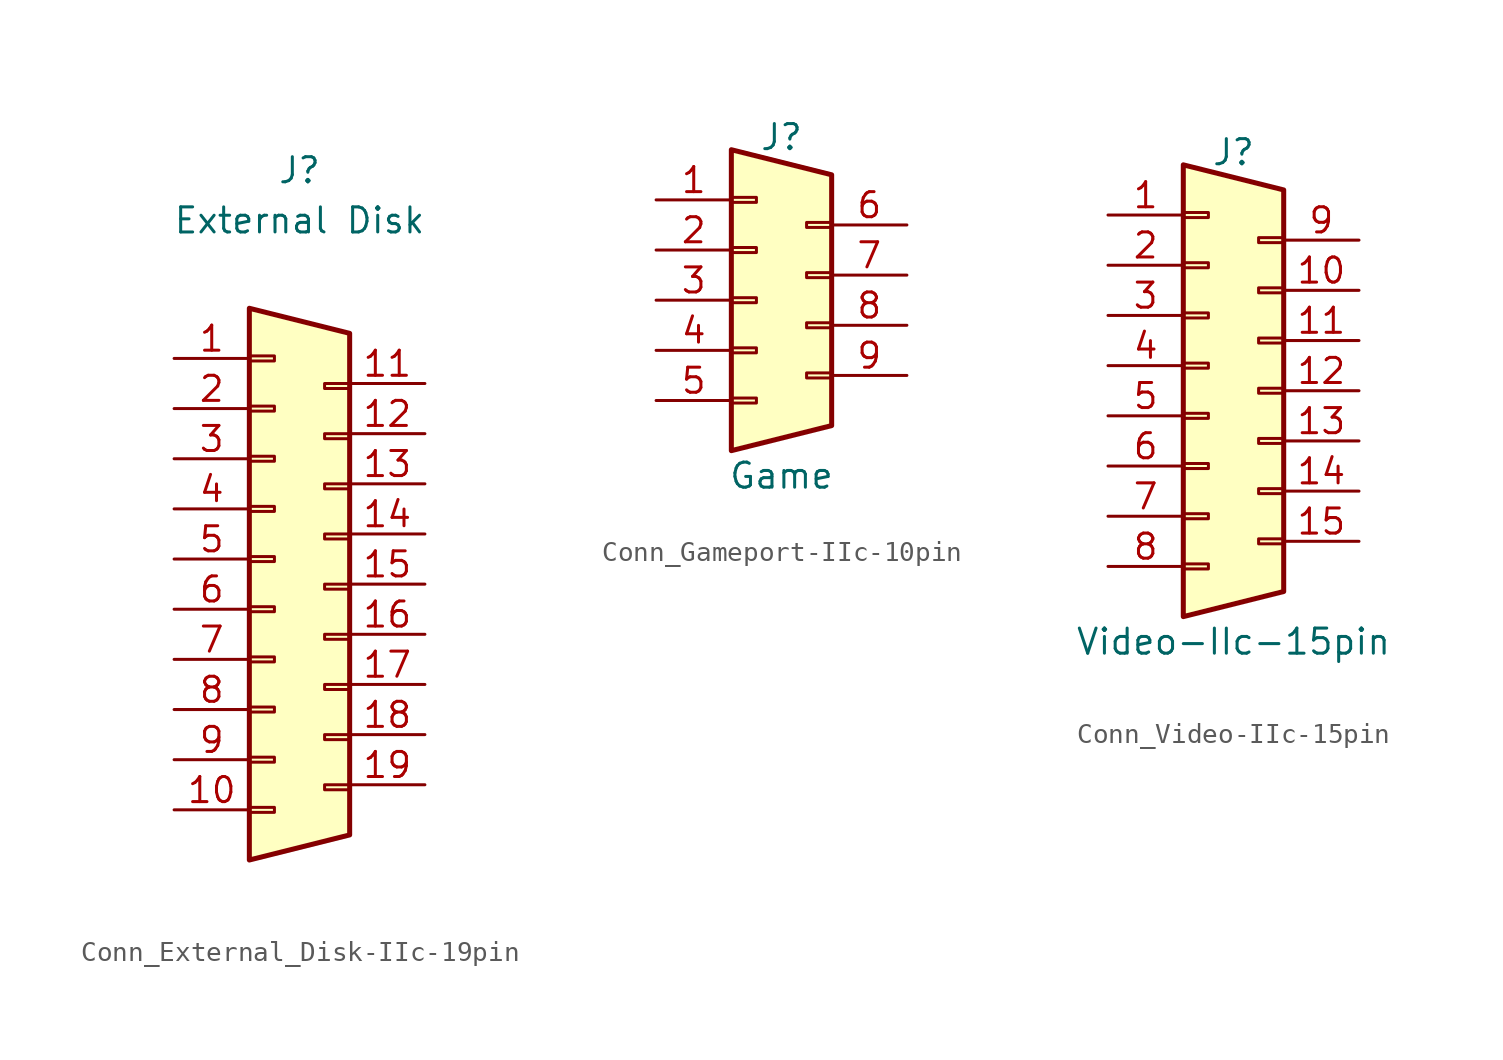
<source format=kicad_sym>
(kicad_symbol_lib
  (version 20220914)
  (generator kicad_symbol_editor)
  (symbol "Conn_External_Disk-IIc-19pin"
    (pin_names
      (offset 1.016) hide)
    (property "Reference" "J"
      (at 1.27 19.685 0)
      (effects (font (size 1.27 1.27))))
    (property "Value" "External Disk"
      (at 1.27 17.145 0)
      (effects (font (size 1.27 1.27))))
    (symbol "Conn_External_Disk-IIc-19pin_0_1"
      (polyline (pts (xy -1.27 -15.24) (xy -1.27 12.7) (xy 3.81 11.43) (xy 3.81 -13.97) (xy -1.27 -15.24)) (stroke (width 0.254) (type default)) (fill (type background))))
    (symbol "Conn_External_Disk-IIc-19pin_1_1"
      (rectangle (start -1.27 -12.573) (end 0 -12.827) (stroke (width 0.152) (type default)) (fill (type none)))
      (rectangle (start -1.27 -10.033) (end 0 -10.287) (stroke (width 0.152) (type default)) (fill (type none)))
      (rectangle (start -1.27 -7.493) (end 0 -7.747) (stroke (width 0.152) (type default)) (fill (type none)))
      (rectangle (start -1.27 -4.953) (end 0 -5.207) (stroke (width 0.152) (type default)) (fill (type none)))
      (rectangle (start -1.27 -2.413) (end 0 -2.667) (stroke (width 0.152) (type default)) (fill (type none)))
      (rectangle (start -1.27 0.127) (end 0 -0.127) (stroke (width 0.152) (type default)) (fill (type none)))
      (rectangle (start -1.27 2.667) (end 0 2.413) (stroke (width 0.152) (type default)) (fill (type none)))
      (rectangle (start -1.27 5.207) (end 0 4.953) (stroke (width 0.152) (type default)) (fill (type none)))
      (rectangle (start -1.27 7.747) (end 0 7.493) (stroke (width 0.152) (type default)) (fill (type none)))
      (rectangle (start -1.27 10.287) (end 0 10.033) (stroke (width 0.152) (type default)) (fill (type none)))
      (rectangle (start 3.81 -11.43) (end 2.54 -11.684) (stroke (width 0.152) (type default)) (fill (type none)))
      (rectangle (start 3.81 -8.89) (end 2.54 -9.144) (stroke (width 0.152) (type default)) (fill (type none)))
      (rectangle (start 3.81 -6.35) (end 2.54 -6.604) (stroke (width 0.152) (type default)) (fill (type none)))
      (rectangle (start 3.81 -3.81) (end 2.54 -4.064) (stroke (width 0.152) (type default)) (fill (type none)))
      (rectangle (start 3.81 -1.27) (end 2.54 -1.524) (stroke (width 0.152) (type default)) (fill (type none)))
      (rectangle (start 3.81 1.27) (end 2.54 1.016) (stroke (width 0.152) (type default)) (fill (type none)))
      (rectangle (start 3.81 3.81) (end 2.54 3.556) (stroke (width 0.152) (type default)) (fill (type none)))
      (rectangle (start 3.81 6.35) (end 2.54 6.096) (stroke (width 0.152) (type default)) (fill (type none)))
      (rectangle (start 3.81 8.89) (end 2.54 8.636) (stroke (width 0.152) (type default)) (fill (type none)))
      (pin passive line (at -5.08 10.16 0) (length 3.81) (name "Pin_1" (effects (font (size 1.27 1.27)))) (number "1" (effects (font (size 1.27 1.27)))))
      (pin passive line (at -5.08 -12.7 0) (length 3.81) (name "Pin_10" (effects (font (size 1.27 1.27)))) (number "10" (effects (font (size 1.27 1.27)))))
      (pin passive line (at 7.62 8.89 180) (length 3.81) (name "Pin_11" (effects (font (size 1.27 1.27)))) (number "11" (effects (font (size 1.27 1.27)))))
      (pin passive line (at 7.62 6.35 180) (length 3.81) (name "Pin_12" (effects (font (size 1.27 1.27)))) (number "12" (effects (font (size 1.27 1.27)))))
      (pin passive line (at 7.62 3.81 180) (length 3.81) (name "Pin_13" (effects (font (size 1.27 1.27)))) (number "13" (effects (font (size 1.27 1.27)))))
      (pin passive line (at 7.62 1.27 180) (length 3.81) (name "Pin_14" (effects (font (size 1.27 1.27)))) (number "14" (effects (font (size 1.27 1.27)))))
      (pin passive line (at 7.62 -1.27 180) (length 3.81) (name "Pin_15" (effects (font (size 1.27 1.27)))) (number "15" (effects (font (size 1.27 1.27)))))
      (pin passive line (at 7.62 -3.81 180) (length 3.81) (name "Pin_16" (effects (font (size 1.27 1.27)))) (number "16" (effects (font (size 1.27 1.27)))))
      (pin passive line (at 7.62 -6.35 180) (length 3.81) (name "Pin_17" (effects (font (size 1.27 1.27)))) (number "17" (effects (font (size 1.27 1.27)))))
      (pin passive line (at 7.62 -8.89 180) (length 3.81) (name "Pin_18" (effects (font (size 1.27 1.27)))) (number "18" (effects (font (size 1.27 1.27)))))
      (pin passive line (at 7.62 -11.43 180) (length 3.81) (name "Pin_19" (effects (font (size 1.27 1.27)))) (number "19" (effects (font (size 1.27 1.27)))))
      (pin passive line (at -5.08 7.62 0) (length 3.81) (name "Pin_2" (effects (font (size 1.27 1.27)))) (number "2" (effects (font (size 1.27 1.27)))))
      (pin passive line (at -5.08 5.08 0) (length 3.81) (name "Pin_3" (effects (font (size 1.27 1.27)))) (number "3" (effects (font (size 1.27 1.27)))))
      (pin passive line (at -5.08 2.54 0) (length 3.81) (name "Pin_4" (effects (font (size 1.27 1.27)))) (number "4" (effects (font (size 1.27 1.27)))))
      (pin passive line (at -5.08 0 0) (length 3.81) (name "Pin_5" (effects (font (size 1.27 1.27)))) (number "5" (effects (font (size 1.27 1.27)))))
      (pin passive line (at -5.08 -2.54 0) (length 3.81) (name "Pin_6" (effects (font (size 1.27 1.27)))) (number "6" (effects (font (size 1.27 1.27)))))
      (pin passive line (at -5.08 -5.08 0) (length 3.81) (name "Pin_7" (effects (font (size 1.27 1.27)))) (number "7" (effects (font (size 1.27 1.27)))))
      (pin passive line (at -5.08 -7.62 0) (length 3.81) (name "Pin_8" (effects (font (size 1.27 1.27)))) (number "8" (effects (font (size 1.27 1.27)))))
      (pin passive line (at -5.08 -10.16 0) (length 3.81) (name "Pin_9" (effects (font (size 1.27 1.27)))) (number "9" (effects (font (size 1.27 1.27)))))))
  (symbol "Conn_Gameport-IIc-10pin"
    (pin_names
      (offset 1.016) hide)
    (property "Reference" "J"
      (at 1.27 8.255 0)
      (effects (font (size 1.27 1.27))))
    (property "Value" "Game"
      (at 1.27 -8.89 0)
      (effects (font (size 1.27 1.27))))
    (symbol "Conn_Gameport-IIc-10pin_0_1"
      (polyline (pts (xy -1.27 7.62) (xy -1.27 -7.62) (xy 3.81 -6.35) (xy 3.81 6.35) (xy -1.27 7.62)) (stroke (width 0.254) (type default)) (fill (type background))))
    (symbol "Conn_Gameport-IIc-10pin_1_1"
      (rectangle (start -1.27 -4.953) (end 0 -5.207) (stroke (width 0.152) (type default)) (fill (type none)))
      (rectangle (start -1.27 -2.413) (end 0 -2.667) (stroke (width 0.152) (type default)) (fill (type none)))
      (rectangle (start -1.27 0.127) (end 0 -0.127) (stroke (width 0.152) (type default)) (fill (type none)))
      (rectangle (start -1.27 2.667) (end 0 2.413) (stroke (width 0.152) (type default)) (fill (type none)))
      (rectangle (start -1.27 5.207) (end 0 4.953) (stroke (width 0.152) (type default)) (fill (type none)))
      (rectangle (start 3.81 -3.683) (end 2.54 -3.937) (stroke (width 0.152) (type default)) (fill (type none)))
      (rectangle (start 3.81 -1.143) (end 2.54 -1.397) (stroke (width 0.152) (type default)) (fill (type none)))
      (rectangle (start 3.81 1.397) (end 2.54 1.143) (stroke (width 0.152) (type default)) (fill (type none)))
      (rectangle (start 3.81 3.937) (end 2.54 3.683) (stroke (width 0.152) (type default)) (fill (type none)))
      (pin passive line (at -5.08 5.08 0) (length 3.81) (name "Pin_1" (effects (font (size 1.27 1.27)))) (number "1" (effects (font (size 1.27 1.27)))))
      (pin passive line (at -5.08 2.54 0) (length 3.81) (name "Pin_2" (effects (font (size 1.27 1.27)))) (number "2" (effects (font (size 1.27 1.27)))))
      (pin passive line (at -5.08 0 0) (length 3.81) (name "Pin_3" (effects (font (size 1.27 1.27)))) (number "3" (effects (font (size 1.27 1.27)))))
      (pin passive line (at -5.08 -2.54 0) (length 3.81) (name "Pin_4" (effects (font (size 1.27 1.27)))) (number "4" (effects (font (size 1.27 1.27)))))
      (pin passive line (at -5.08 -5.08 0) (length 3.81) (name "Pin_5" (effects (font (size 1.27 1.27)))) (number "5" (effects (font (size 1.27 1.27)))))
      (pin passive line (at 7.62 3.81 180) (length 3.81) (name "Pin_6" (effects (font (size 1.27 1.27)))) (number "6" (effects (font (size 1.27 1.27)))))
      (pin passive line (at 7.62 1.27 180) (length 3.81) (name "Pin_7" (effects (font (size 1.27 1.27)))) (number "7" (effects (font (size 1.27 1.27)))))
      (pin passive line (at 7.62 -1.27 180) (length 3.81) (name "Pin_8" (effects (font (size 1.27 1.27)))) (number "8" (effects (font (size 1.27 1.27)))))
      (pin passive line (at 7.62 -3.81 180) (length 3.81) (name "Pin_9" (effects (font (size 1.27 1.27)))) (number "9" (effects (font (size 1.27 1.27)))))))
  (symbol "Conn_Video-IIc-15pin"
    (pin_names
      (offset 1.016) hide)
    (property "Reference" "J"
      (at 1.27 10.795 0)
      (effects (font (size 1.27 1.27))))
    (property "Value" "Video-IIc-15pin"
      (at 1.27 -13.97 0)
      (effects (font (size 1.27 1.27))))
    (symbol "Conn_Video-IIc-15pin_0_1"
      (polyline (pts (xy -1.27 -12.7) (xy -1.27 10.16) (xy 3.81 8.89) (xy 3.81 -11.43) (xy -1.27 -12.7)) (stroke (width 0.254) (type default)) (fill (type background))))
    (symbol "Conn_Video-IIc-15pin_1_1"
      (rectangle (start -1.27 -10.033) (end 0 -10.287) (stroke (width 0.152) (type default)) (fill (type none)))
      (rectangle (start -1.27 -7.493) (end 0 -7.747) (stroke (width 0.152) (type default)) (fill (type none)))
      (rectangle (start -1.27 -4.953) (end 0 -5.207) (stroke (width 0.152) (type default)) (fill (type none)))
      (rectangle (start -1.27 -2.413) (end 0 -2.667) (stroke (width 0.152) (type default)) (fill (type none)))
      (rectangle (start -1.27 0.127) (end 0 -0.127) (stroke (width 0.152) (type default)) (fill (type none)))
      (rectangle (start -1.27 2.667) (end 0 2.413) (stroke (width 0.152) (type default)) (fill (type none)))
      (rectangle (start -1.27 5.207) (end 0 4.953) (stroke (width 0.152) (type default)) (fill (type none)))
      (rectangle (start -1.27 7.747) (end 0 7.493) (stroke (width 0.152) (type default)) (fill (type none)))
      (rectangle (start 3.81 -8.763) (end 2.54 -9.017) (stroke (width 0.152) (type default)) (fill (type none)))
      (rectangle (start 3.81 -6.223) (end 2.54 -6.477) (stroke (width 0.152) (type default)) (fill (type none)))
      (rectangle (start 3.81 -3.683) (end 2.54 -3.937) (stroke (width 0.152) (type default)) (fill (type none)))
      (rectangle (start 3.81 -1.143) (end 2.54 -1.397) (stroke (width 0.152) (type default)) (fill (type none)))
      (rectangle (start 3.81 1.397) (end 2.54 1.143) (stroke (width 0.152) (type default)) (fill (type none)))
      (rectangle (start 3.81 3.937) (end 2.54 3.683) (stroke (width 0.152) (type default)) (fill (type none)))
      (rectangle (start 3.81 6.477) (end 2.54 6.223) (stroke (width 0.152) (type default)) (fill (type none)))
      (pin passive line (at -5.08 7.62 0) (length 3.81) (name "Pin_1" (effects (font (size 1.27 1.27)))) (number "1" (effects (font (size 1.27 1.27)))))
      (pin passive line (at 7.62 3.81 180) (length 3.81) (name "Pin_10" (effects (font (size 1.27 1.27)))) (number "10" (effects (font (size 1.27 1.27)))))
      (pin passive line (at 7.62 1.27 180) (length 3.81) (name "Pin_11" (effects (font (size 1.27 1.27)))) (number "11" (effects (font (size 1.27 1.27)))))
      (pin passive line (at 7.62 -1.27 180) (length 3.81) (name "Pin_12" (effects (font (size 1.27 1.27)))) (number "12" (effects (font (size 1.27 1.27)))))
      (pin passive line (at 7.62 -3.81 180) (length 3.81) (name "Pin_13" (effects (font (size 1.27 1.27)))) (number "13" (effects (font (size 1.27 1.27)))))
      (pin passive line (at 7.62 -6.35 180) (length 3.81) (name "Pin_14" (effects (font (size 1.27 1.27)))) (number "14" (effects (font (size 1.27 1.27)))))
      (pin passive line (at 7.62 -8.89 180) (length 3.81) (name "Pin_15" (effects (font (size 1.27 1.27)))) (number "15" (effects (font (size 1.27 1.27)))))
      (pin passive line (at -5.08 5.08 0) (length 3.81) (name "Pin_2" (effects (font (size 1.27 1.27)))) (number "2" (effects (font (size 1.27 1.27)))))
      (pin passive line (at -5.08 2.54 0) (length 3.81) (name "Pin_3" (effects (font (size 1.27 1.27)))) (number "3" (effects (font (size 1.27 1.27)))))
      (pin passive line (at -5.08 0 0) (length 3.81) (name "Pin_4" (effects (font (size 1.27 1.27)))) (number "4" (effects (font (size 1.27 1.27)))))
      (pin passive line (at -5.08 -2.54 0) (length 3.81) (name "Pin_5" (effects (font (size 1.27 1.27)))) (number "5" (effects (font (size 1.27 1.27)))))
      (pin passive line (at -5.08 -5.08 0) (length 3.81) (name "Pin_6" (effects (font (size 1.27 1.27)))) (number "6" (effects (font (size 1.27 1.27)))))
      (pin passive line (at -5.08 -7.62 0) (length 3.81) (name "Pin_7" (effects (font (size 1.27 1.27)))) (number "7" (effects (font (size 1.27 1.27)))))
      (pin passive line (at -5.08 -10.16 0) (length 3.81) (name "Pin_8" (effects (font (size 1.27 1.27)))) (number "8" (effects (font (size 1.27 1.27)))))
      (pin passive line (at 7.62 6.35 180) (length 3.81) (name "Pin_9" (effects (font (size 1.27 1.27)))) (number "9" (effects (font (size 1.27 1.27))))))))
</source>
